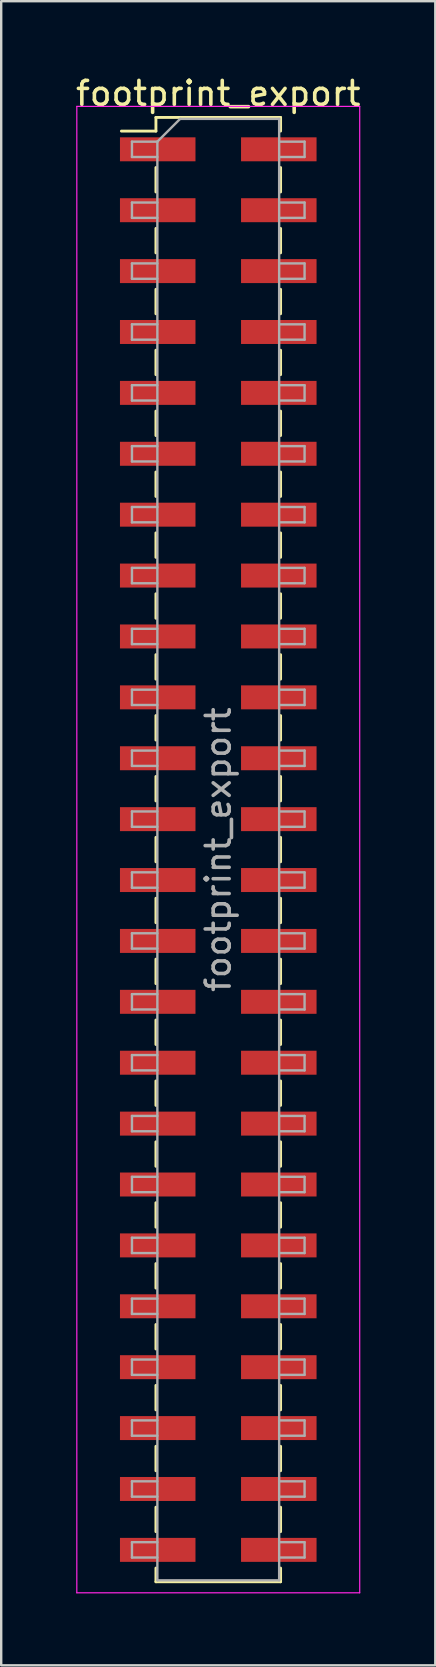
<source format=kicad_pcb>
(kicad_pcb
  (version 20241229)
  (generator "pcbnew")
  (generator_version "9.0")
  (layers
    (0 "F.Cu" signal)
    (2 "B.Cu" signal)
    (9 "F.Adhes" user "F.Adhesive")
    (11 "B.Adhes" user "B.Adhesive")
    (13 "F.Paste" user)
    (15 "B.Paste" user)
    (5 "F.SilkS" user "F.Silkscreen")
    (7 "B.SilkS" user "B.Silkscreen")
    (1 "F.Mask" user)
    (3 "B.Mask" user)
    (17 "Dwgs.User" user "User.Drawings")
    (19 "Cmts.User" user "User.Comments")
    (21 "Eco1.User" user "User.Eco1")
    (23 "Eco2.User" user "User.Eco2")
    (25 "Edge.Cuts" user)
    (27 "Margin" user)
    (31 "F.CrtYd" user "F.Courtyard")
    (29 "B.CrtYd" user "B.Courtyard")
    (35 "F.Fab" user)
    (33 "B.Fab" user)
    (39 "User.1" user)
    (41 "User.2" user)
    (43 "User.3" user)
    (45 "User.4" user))
  (footprint "footprint_export"
    (layer "F.Cu")
    (at 6.054 32.388)
    (property "Reference" "footprint_export" (at 0 -31.54 0) (layer "F.SilkS") (effects (font (size 1 1) (thickness 0.15))))
    (attr smd)
    (fp_line (start -4.04 -29.97) (end -2.6 -29.97) (stroke (width 0.12) (type solid)) (layer "F.SilkS"))
    (fp_line (start -2.6 -30.54) (end -2.6 -29.97) (stroke (width 0.12) (type solid)) (layer "F.SilkS"))
    (fp_line (start -2.6 -30.54) (end 2.6 -30.54) (stroke (width 0.12) (type solid)) (layer "F.SilkS"))
    (fp_line (start -2.6 -28.45) (end -2.6 -27.43) (stroke (width 0.12) (type solid)) (layer "F.SilkS"))
    (fp_line (start -2.6 -25.91) (end -2.6 -24.89) (stroke (width 0.12) (type solid)) (layer "F.SilkS"))
    (fp_line (start -2.6 -23.37) (end -2.6 -22.35) (stroke (width 0.12) (type solid)) (layer "F.SilkS"))
    (fp_line (start -2.6 -20.83) (end -2.6 -19.81) (stroke (width 0.12) (type solid)) (layer "F.SilkS"))
    (fp_line (start -2.6 -18.29) (end -2.6 -17.27) (stroke (width 0.12) (type solid)) (layer "F.SilkS"))
    (fp_line (start -2.6 -15.75) (end -2.6 -14.73) (stroke (width 0.12) (type solid)) (layer "F.SilkS"))
    (fp_line (start -2.6 -13.21) (end -2.6 -12.19) (stroke (width 0.12) (type solid)) (layer "F.SilkS"))
    (fp_line (start -2.6 -10.67) (end -2.6 -9.65) (stroke (width 0.12) (type solid)) (layer "F.SilkS"))
    (fp_line (start -2.6 -8.13) (end -2.6 -7.11) (stroke (width 0.12) (type solid)) (layer "F.SilkS"))
    (fp_line (start -2.6 -5.59) (end -2.6 -4.57) (stroke (width 0.12) (type solid)) (layer "F.SilkS"))
    (fp_line (start -2.6 -3.05) (end -2.6 -2.03) (stroke (width 0.12) (type solid)) (layer "F.SilkS"))
    (fp_line (start -2.6 -0.51) (end -2.6 0.51) (stroke (width 0.12) (type solid)) (layer "F.SilkS"))
    (fp_line (start -2.6 2.03) (end -2.6 3.05) (stroke (width 0.12) (type solid)) (layer "F.SilkS"))
    (fp_line (start -2.6 4.57) (end -2.6 5.59) (stroke (width 0.12) (type solid)) (layer "F.SilkS"))
    (fp_line (start -2.6 7.11) (end -2.6 8.13) (stroke (width 0.12) (type solid)) (layer "F.SilkS"))
    (fp_line (start -2.6 9.65) (end -2.6 10.67) (stroke (width 0.12) (type solid)) (layer "F.SilkS"))
    (fp_line (start -2.6 12.19) (end -2.6 13.21) (stroke (width 0.12) (type solid)) (layer "F.SilkS"))
    (fp_line (start -2.6 14.73) (end -2.6 15.75) (stroke (width 0.12) (type solid)) (layer "F.SilkS"))
    (fp_line (start -2.6 17.27) (end -2.6 18.29) (stroke (width 0.12) (type solid)) (layer "F.SilkS"))
    (fp_line (start -2.6 19.81) (end -2.6 20.83) (stroke (width 0.12) (type solid)) (layer "F.SilkS"))
    (fp_line (start -2.6 22.35) (end -2.6 23.37) (stroke (width 0.12) (type solid)) (layer "F.SilkS"))
    (fp_line (start -2.6 24.89) (end -2.6 25.91) (stroke (width 0.12) (type solid)) (layer "F.SilkS"))
    (fp_line (start -2.6 27.43) (end -2.6 28.45) (stroke (width 0.12) (type solid)) (layer "F.SilkS"))
    (fp_line (start -2.6 29.97) (end -2.6 30.54) (stroke (width 0.12) (type solid)) (layer "F.SilkS"))
    (fp_line (start -2.6 30.54) (end 2.6 30.54) (stroke (width 0.12) (type solid)) (layer "F.SilkS"))
    (fp_line (start 2.6 -30.54) (end 2.6 -29.97) (stroke (width 0.12) (type solid)) (layer "F.SilkS"))
    (fp_line (start 2.6 -28.45) (end 2.6 -27.43) (stroke (width 0.12) (type solid)) (layer "F.SilkS"))
    (fp_line (start 2.6 -25.91) (end 2.6 -24.89) (stroke (width 0.12) (type solid)) (layer "F.SilkS"))
    (fp_line (start 2.6 -23.37) (end 2.6 -22.35) (stroke (width 0.12) (type solid)) (layer "F.SilkS"))
    (fp_line (start 2.6 -20.83) (end 2.6 -19.81) (stroke (width 0.12) (type solid)) (layer "F.SilkS"))
    (fp_line (start 2.6 -18.29) (end 2.6 -17.27) (stroke (width 0.12) (type solid)) (layer "F.SilkS"))
    (fp_line (start 2.6 -15.75) (end 2.6 -14.73) (stroke (width 0.12) (type solid)) (layer "F.SilkS"))
    (fp_line (start 2.6 -13.21) (end 2.6 -12.19) (stroke (width 0.12) (type solid)) (layer "F.SilkS"))
    (fp_line (start 2.6 -10.67) (end 2.6 -9.65) (stroke (width 0.12) (type solid)) (layer "F.SilkS"))
    (fp_line (start 2.6 -8.13) (end 2.6 -7.11) (stroke (width 0.12) (type solid)) (layer "F.SilkS"))
    (fp_line (start 2.6 -5.59) (end 2.6 -4.57) (stroke (width 0.12) (type solid)) (layer "F.SilkS"))
    (fp_line (start 2.6 -3.05) (end 2.6 -2.03) (stroke (width 0.12) (type solid)) (layer "F.SilkS"))
    (fp_line (start 2.6 -0.51) (end 2.6 0.51) (stroke (width 0.12) (type solid)) (layer "F.SilkS"))
    (fp_line (start 2.6 2.03) (end 2.6 3.05) (stroke (width 0.12) (type solid)) (layer "F.SilkS"))
    (fp_line (start 2.6 4.57) (end 2.6 5.59) (stroke (width 0.12) (type solid)) (layer "F.SilkS"))
    (fp_line (start 2.6 7.11) (end 2.6 8.13) (stroke (width 0.12) (type solid)) (layer "F.SilkS"))
    (fp_line (start 2.6 9.65) (end 2.6 10.67) (stroke (width 0.12) (type solid)) (layer "F.SilkS"))
    (fp_line (start 2.6 12.19) (end 2.6 13.21) (stroke (width 0.12) (type solid)) (layer "F.SilkS"))
    (fp_line (start 2.6 14.73) (end 2.6 15.75) (stroke (width 0.12) (type solid)) (layer "F.SilkS"))
    (fp_line (start 2.6 17.27) (end 2.6 18.29) (stroke (width 0.12) (type solid)) (layer "F.SilkS"))
    (fp_line (start 2.6 19.81) (end 2.6 20.83) (stroke (width 0.12) (type solid)) (layer "F.SilkS"))
    (fp_line (start 2.6 22.35) (end 2.6 23.37) (stroke (width 0.12) (type solid)) (layer "F.SilkS"))
    (fp_line (start 2.6 24.89) (end 2.6 25.91) (stroke (width 0.12) (type solid)) (layer "F.SilkS"))
    (fp_line (start 2.6 27.43) (end 2.6 28.45) (stroke (width 0.12) (type solid)) (layer "F.SilkS"))
    (fp_line (start 2.6 29.97) (end 2.6 30.54) (stroke (width 0.12) (type solid)) (layer "F.SilkS"))
    (fp_line (start -5.9 -31) (end -5.9 31) (stroke (width 0.05) (type solid)) (layer "F.CrtYd"))
    (fp_line (start -5.9 31) (end 5.9 31) (stroke (width 0.05) (type solid)) (layer "F.CrtYd"))
    (fp_line (start 5.9 -31) (end -5.9 -31) (stroke (width 0.05) (type solid)) (layer "F.CrtYd"))
    (fp_line (start 5.9 31) (end 5.9 -31) (stroke (width 0.05) (type solid)) (layer "F.CrtYd"))
    (fp_line (start -3.6 -29.53) (end -3.6 -28.89) (stroke (width 0.1) (type solid)) (layer "F.Fab"))
    (fp_line (start -3.6 -28.89) (end -2.54 -28.89) (stroke (width 0.1) (type solid)) (layer "F.Fab"))
    (fp_line (start -3.6 -26.99) (end -3.6 -26.35) (stroke (width 0.1) (type solid)) (layer "F.Fab"))
    (fp_line (start -3.6 -26.35) (end -2.54 -26.35) (stroke (width 0.1) (type solid)) (layer "F.Fab"))
    (fp_line (start -3.6 -24.45) (end -3.6 -23.81) (stroke (width 0.1) (type solid)) (layer "F.Fab"))
    (fp_line (start -3.6 -23.81) (end -2.54 -23.81) (stroke (width 0.1) (type solid)) (layer "F.Fab"))
    (fp_line (start -3.6 -21.91) (end -3.6 -21.27) (stroke (width 0.1) (type solid)) (layer "F.Fab"))
    (fp_line (start -3.6 -21.27) (end -2.54 -21.27) (stroke (width 0.1) (type solid)) (layer "F.Fab"))
    (fp_line (start -3.6 -19.37) (end -3.6 -18.73) (stroke (width 0.1) (type solid)) (layer "F.Fab"))
    (fp_line (start -3.6 -18.73) (end -2.54 -18.73) (stroke (width 0.1) (type solid)) (layer "F.Fab"))
    (fp_line (start -3.6 -16.83) (end -3.6 -16.19) (stroke (width 0.1) (type solid)) (layer "F.Fab"))
    (fp_line (start -3.6 -16.19) (end -2.54 -16.19) (stroke (width 0.1) (type solid)) (layer "F.Fab"))
    (fp_line (start -3.6 -14.29) (end -3.6 -13.65) (stroke (width 0.1) (type solid)) (layer "F.Fab"))
    (fp_line (start -3.6 -13.65) (end -2.54 -13.65) (stroke (width 0.1) (type solid)) (layer "F.Fab"))
    (fp_line (start -3.6 -11.75) (end -3.6 -11.11) (stroke (width 0.1) (type solid)) (layer "F.Fab"))
    (fp_line (start -3.6 -11.11) (end -2.54 -11.11) (stroke (width 0.1) (type solid)) (layer "F.Fab"))
    (fp_line (start -3.6 -9.21) (end -3.6 -8.57) (stroke (width 0.1) (type solid)) (layer "F.Fab"))
    (fp_line (start -3.6 -8.57) (end -2.54 -8.57) (stroke (width 0.1) (type solid)) (layer "F.Fab"))
    (fp_line (start -3.6 -6.67) (end -3.6 -6.03) (stroke (width 0.1) (type solid)) (layer "F.Fab"))
    (fp_line (start -3.6 -6.03) (end -2.54 -6.03) (stroke (width 0.1) (type solid)) (layer "F.Fab"))
    (fp_line (start -3.6 -4.13) (end -3.6 -3.49) (stroke (width 0.1) (type solid)) (layer "F.Fab"))
    (fp_line (start -3.6 -3.49) (end -2.54 -3.49) (stroke (width 0.1) (type solid)) (layer "F.Fab"))
    (fp_line (start -3.6 -1.59) (end -3.6 -0.95) (stroke (width 0.1) (type solid)) (layer "F.Fab"))
    (fp_line (start -3.6 -0.95) (end -2.54 -0.95) (stroke (width 0.1) (type solid)) (layer "F.Fab"))
    (fp_line (start -3.6 0.95) (end -3.6 1.59) (stroke (width 0.1) (type solid)) (layer "F.Fab"))
    (fp_line (start -3.6 1.59) (end -2.54 1.59) (stroke (width 0.1) (type solid)) (layer "F.Fab"))
    (fp_line (start -3.6 3.49) (end -3.6 4.13) (stroke (width 0.1) (type solid)) (layer "F.Fab"))
    (fp_line (start -3.6 4.13) (end -2.54 4.13) (stroke (width 0.1) (type solid)) (layer "F.Fab"))
    (fp_line (start -3.6 6.03) (end -3.6 6.67) (stroke (width 0.1) (type solid)) (layer "F.Fab"))
    (fp_line (start -3.6 6.67) (end -2.54 6.67) (stroke (width 0.1) (type solid)) (layer "F.Fab"))
    (fp_line (start -3.6 8.57) (end -3.6 9.21) (stroke (width 0.1) (type solid)) (layer "F.Fab"))
    (fp_line (start -3.6 9.21) (end -2.54 9.21) (stroke (width 0.1) (type solid)) (layer "F.Fab"))
    (fp_line (start -3.6 11.11) (end -3.6 11.75) (stroke (width 0.1) (type solid)) (layer "F.Fab"))
    (fp_line (start -3.6 11.75) (end -2.54 11.75) (stroke (width 0.1) (type solid)) (layer "F.Fab"))
    (fp_line (start -3.6 13.65) (end -3.6 14.29) (stroke (width 0.1) (type solid)) (layer "F.Fab"))
    (fp_line (start -3.6 14.29) (end -2.54 14.29) (stroke (width 0.1) (type solid)) (layer "F.Fab"))
    (fp_line (start -3.6 16.19) (end -3.6 16.83) (stroke (width 0.1) (type solid)) (layer "F.Fab"))
    (fp_line (start -3.6 16.83) (end -2.54 16.83) (stroke (width 0.1) (type solid)) (layer "F.Fab"))
    (fp_line (start -3.6 18.73) (end -3.6 19.37) (stroke (width 0.1) (type solid)) (layer "F.Fab"))
    (fp_line (start -3.6 19.37) (end -2.54 19.37) (stroke (width 0.1) (type solid)) (layer "F.Fab"))
    (fp_line (start -3.6 21.27) (end -3.6 21.91) (stroke (width 0.1) (type solid)) (layer "F.Fab"))
    (fp_line (start -3.6 21.91) (end -2.54 21.91) (stroke (width 0.1) (type solid)) (layer "F.Fab"))
    (fp_line (start -3.6 23.81) (end -3.6 24.45) (stroke (width 0.1) (type solid)) (layer "F.Fab"))
    (fp_line (start -3.6 24.45) (end -2.54 24.45) (stroke (width 0.1) (type solid)) (layer "F.Fab"))
    (fp_line (start -3.6 26.35) (end -3.6 26.99) (stroke (width 0.1) (type solid)) (layer "F.Fab"))
    (fp_line (start -3.6 26.99) (end -2.54 26.99) (stroke (width 0.1) (type solid)) (layer "F.Fab"))
    (fp_line (start -3.6 28.89) (end -3.6 29.53) (stroke (width 0.1) (type solid)) (layer "F.Fab"))
    (fp_line (start -3.6 29.53) (end -2.54 29.53) (stroke (width 0.1) (type solid)) (layer "F.Fab"))
    (fp_line (start -2.54 -29.53) (end -3.6 -29.53) (stroke (width 0.1) (type solid)) (layer "F.Fab"))
    (fp_line (start -2.54 -29.53) (end -1.59 -30.48) (stroke (width 0.1) (type solid)) (layer "F.Fab"))
    (fp_line (start -2.54 -26.99) (end -3.6 -26.99) (stroke (width 0.1) (type solid)) (layer "F.Fab"))
    (fp_line (start -2.54 -24.45) (end -3.6 -24.45) (stroke (width 0.1) (type solid)) (layer "F.Fab"))
    (fp_line (start -2.54 -21.91) (end -3.6 -21.91) (stroke (width 0.1) (type solid)) (layer "F.Fab"))
    (fp_line (start -2.54 -19.37) (end -3.6 -19.37) (stroke (width 0.1) (type solid)) (layer "F.Fab"))
    (fp_line (start -2.54 -16.83) (end -3.6 -16.83) (stroke (width 0.1) (type solid)) (layer "F.Fab"))
    (fp_line (start -2.54 -14.29) (end -3.6 -14.29) (stroke (width 0.1) (type solid)) (layer "F.Fab"))
    (fp_line (start -2.54 -11.75) (end -3.6 -11.75) (stroke (width 0.1) (type solid)) (layer "F.Fab"))
    (fp_line (start -2.54 -9.21) (end -3.6 -9.21) (stroke (width 0.1) (type solid)) (layer "F.Fab"))
    (fp_line (start -2.54 -6.67) (end -3.6 -6.67) (stroke (width 0.1) (type solid)) (layer "F.Fab"))
    (fp_line (start -2.54 -4.13) (end -3.6 -4.13) (stroke (width 0.1) (type solid)) (layer "F.Fab"))
    (fp_line (start -2.54 -1.59) (end -3.6 -1.59) (stroke (width 0.1) (type solid)) (layer "F.Fab"))
    (fp_line (start -2.54 0.95) (end -3.6 0.95) (stroke (width 0.1) (type solid)) (layer "F.Fab"))
    (fp_line (start -2.54 3.49) (end -3.6 3.49) (stroke (width 0.1) (type solid)) (layer "F.Fab"))
    (fp_line (start -2.54 6.03) (end -3.6 6.03) (stroke (width 0.1) (type solid)) (layer "F.Fab"))
    (fp_line (start -2.54 8.57) (end -3.6 8.57) (stroke (width 0.1) (type solid)) (layer "F.Fab"))
    (fp_line (start -2.54 11.11) (end -3.6 11.11) (stroke (width 0.1) (type solid)) (layer "F.Fab"))
    (fp_line (start -2.54 13.65) (end -3.6 13.65) (stroke (width 0.1) (type solid)) (layer "F.Fab"))
    (fp_line (start -2.54 16.19) (end -3.6 16.19) (stroke (width 0.1) (type solid)) (layer "F.Fab"))
    (fp_line (start -2.54 18.73) (end -3.6 18.73) (stroke (width 0.1) (type solid)) (layer "F.Fab"))
    (fp_line (start -2.54 21.27) (end -3.6 21.27) (stroke (width 0.1) (type solid)) (layer "F.Fab"))
    (fp_line (start -2.54 23.81) (end -3.6 23.81) (stroke (width 0.1) (type solid)) (layer "F.Fab"))
    (fp_line (start -2.54 26.35) (end -3.6 26.35) (stroke (width 0.1) (type solid)) (layer "F.Fab"))
    (fp_line (start -2.54 28.89) (end -3.6 28.89) (stroke (width 0.1) (type solid)) (layer "F.Fab"))
    (fp_line (start -2.54 30.48) (end -2.54 -29.53) (stroke (width 0.1) (type solid)) (layer "F.Fab"))
    (fp_line (start -1.59 -30.48) (end 2.54 -30.48) (stroke (width 0.1) (type solid)) (layer "F.Fab"))
    (fp_line (start 2.54 -30.48) (end 2.54 30.48) (stroke (width 0.1) (type solid)) (layer "F.Fab"))
    (fp_line (start 2.54 -29.53) (end 3.6 -29.53) (stroke (width 0.1) (type solid)) (layer "F.Fab"))
    (fp_line (start 2.54 -26.99) (end 3.6 -26.99) (stroke (width 0.1) (type solid)) (layer "F.Fab"))
    (fp_line (start 2.54 -24.45) (end 3.6 -24.45) (stroke (width 0.1) (type solid)) (layer "F.Fab"))
    (fp_line (start 2.54 -21.91) (end 3.6 -21.91) (stroke (width 0.1) (type solid)) (layer "F.Fab"))
    (fp_line (start 2.54 -19.37) (end 3.6 -19.37) (stroke (width 0.1) (type solid)) (layer "F.Fab"))
    (fp_line (start 2.54 -16.83) (end 3.6 -16.83) (stroke (width 0.1) (type solid)) (layer "F.Fab"))
    (fp_line (start 2.54 -14.29) (end 3.6 -14.29) (stroke (width 0.1) (type solid)) (layer "F.Fab"))
    (fp_line (start 2.54 -11.75) (end 3.6 -11.75) (stroke (width 0.1) (type solid)) (layer "F.Fab"))
    (fp_line (start 2.54 -9.21) (end 3.6 -9.21) (stroke (width 0.1) (type solid)) (layer "F.Fab"))
    (fp_line (start 2.54 -6.67) (end 3.6 -6.67) (stroke (width 0.1) (type solid)) (layer "F.Fab"))
    (fp_line (start 2.54 -4.13) (end 3.6 -4.13) (stroke (width 0.1) (type solid)) (layer "F.Fab"))
    (fp_line (start 2.54 -1.59) (end 3.6 -1.59) (stroke (width 0.1) (type solid)) (layer "F.Fab"))
    (fp_line (start 2.54 0.95) (end 3.6 0.95) (stroke (width 0.1) (type solid)) (layer "F.Fab"))
    (fp_line (start 2.54 3.49) (end 3.6 3.49) (stroke (width 0.1) (type solid)) (layer "F.Fab"))
    (fp_line (start 2.54 6.03) (end 3.6 6.03) (stroke (width 0.1) (type solid)) (layer "F.Fab"))
    (fp_line (start 2.54 8.57) (end 3.6 8.57) (stroke (width 0.1) (type solid)) (layer "F.Fab"))
    (fp_line (start 2.54 11.11) (end 3.6 11.11) (stroke (width 0.1) (type solid)) (layer "F.Fab"))
    (fp_line (start 2.54 13.65) (end 3.6 13.65) (stroke (width 0.1) (type solid)) (layer "F.Fab"))
    (fp_line (start 2.54 16.19) (end 3.6 16.19) (stroke (width 0.1) (type solid)) (layer "F.Fab"))
    (fp_line (start 2.54 18.73) (end 3.6 18.73) (stroke (width 0.1) (type solid)) (layer "F.Fab"))
    (fp_line (start 2.54 21.27) (end 3.6 21.27) (stroke (width 0.1) (type solid)) (layer "F.Fab"))
    (fp_line (start 2.54 23.81) (end 3.6 23.81) (stroke (width 0.1) (type solid)) (layer "F.Fab"))
    (fp_line (start 2.54 26.35) (end 3.6 26.35) (stroke (width 0.1) (type solid)) (layer "F.Fab"))
    (fp_line (start 2.54 28.89) (end 3.6 28.89) (stroke (width 0.1) (type solid)) (layer "F.Fab"))
    (fp_line (start 2.54 30.48) (end -2.54 30.48) (stroke (width 0.1) (type solid)) (layer "F.Fab"))
    (fp_line (start 3.6 -29.53) (end 3.6 -28.89) (stroke (width 0.1) (type solid)) (layer "F.Fab"))
    (fp_line (start 3.6 -28.89) (end 2.54 -28.89) (stroke (width 0.1) (type solid)) (layer "F.Fab"))
    (fp_line (start 3.6 -26.99) (end 3.6 -26.35) (stroke (width 0.1) (type solid)) (layer "F.Fab"))
    (fp_line (start 3.6 -26.35) (end 2.54 -26.35) (stroke (width 0.1) (type solid)) (layer "F.Fab"))
    (fp_line (start 3.6 -24.45) (end 3.6 -23.81) (stroke (width 0.1) (type solid)) (layer "F.Fab"))
    (fp_line (start 3.6 -23.81) (end 2.54 -23.81) (stroke (width 0.1) (type solid)) (layer "F.Fab"))
    (fp_line (start 3.6 -21.91) (end 3.6 -21.27) (stroke (width 0.1) (type solid)) (layer "F.Fab"))
    (fp_line (start 3.6 -21.27) (end 2.54 -21.27) (stroke (width 0.1) (type solid)) (layer "F.Fab"))
    (fp_line (start 3.6 -19.37) (end 3.6 -18.73) (stroke (width 0.1) (type solid)) (layer "F.Fab"))
    (fp_line (start 3.6 -18.73) (end 2.54 -18.73) (stroke (width 0.1) (type solid)) (layer "F.Fab"))
    (fp_line (start 3.6 -16.83) (end 3.6 -16.19) (stroke (width 0.1) (type solid)) (layer "F.Fab"))
    (fp_line (start 3.6 -16.19) (end 2.54 -16.19) (stroke (width 0.1) (type solid)) (layer "F.Fab"))
    (fp_line (start 3.6 -14.29) (end 3.6 -13.65) (stroke (width 0.1) (type solid)) (layer "F.Fab"))
    (fp_line (start 3.6 -13.65) (end 2.54 -13.65) (stroke (width 0.1) (type solid)) (layer "F.Fab"))
    (fp_line (start 3.6 -11.75) (end 3.6 -11.11) (stroke (width 0.1) (type solid)) (layer "F.Fab"))
    (fp_line (start 3.6 -11.11) (end 2.54 -11.11) (stroke (width 0.1) (type solid)) (layer "F.Fab"))
    (fp_line (start 3.6 -9.21) (end 3.6 -8.57) (stroke (width 0.1) (type solid)) (layer "F.Fab"))
    (fp_line (start 3.6 -8.57) (end 2.54 -8.57) (stroke (width 0.1) (type solid)) (layer "F.Fab"))
    (fp_line (start 3.6 -6.67) (end 3.6 -6.03) (stroke (width 0.1) (type solid)) (layer "F.Fab"))
    (fp_line (start 3.6 -6.03) (end 2.54 -6.03) (stroke (width 0.1) (type solid)) (layer "F.Fab"))
    (fp_line (start 3.6 -4.13) (end 3.6 -3.49) (stroke (width 0.1) (type solid)) (layer "F.Fab"))
    (fp_line (start 3.6 -3.49) (end 2.54 -3.49) (stroke (width 0.1) (type solid)) (layer "F.Fab"))
    (fp_line (start 3.6 -1.59) (end 3.6 -0.95) (stroke (width 0.1) (type solid)) (layer "F.Fab"))
    (fp_line (start 3.6 -0.95) (end 2.54 -0.95) (stroke (width 0.1) (type solid)) (layer "F.Fab"))
    (fp_line (start 3.6 0.95) (end 3.6 1.59) (stroke (width 0.1) (type solid)) (layer "F.Fab"))
    (fp_line (start 3.6 1.59) (end 2.54 1.59) (stroke (width 0.1) (type solid)) (layer "F.Fab"))
    (fp_line (start 3.6 3.49) (end 3.6 4.13) (stroke (width 0.1) (type solid)) (layer "F.Fab"))
    (fp_line (start 3.6 4.13) (end 2.54 4.13) (stroke (width 0.1) (type solid)) (layer "F.Fab"))
    (fp_line (start 3.6 6.03) (end 3.6 6.67) (stroke (width 0.1) (type solid)) (layer "F.Fab"))
    (fp_line (start 3.6 6.67) (end 2.54 6.67) (stroke (width 0.1) (type solid)) (layer "F.Fab"))
    (fp_line (start 3.6 8.57) (end 3.6 9.21) (stroke (width 0.1) (type solid)) (layer "F.Fab"))
    (fp_line (start 3.6 9.21) (end 2.54 9.21) (stroke (width 0.1) (type solid)) (layer "F.Fab"))
    (fp_line (start 3.6 11.11) (end 3.6 11.75) (stroke (width 0.1) (type solid)) (layer "F.Fab"))
    (fp_line (start 3.6 11.75) (end 2.54 11.75) (stroke (width 0.1) (type solid)) (layer "F.Fab"))
    (fp_line (start 3.6 13.65) (end 3.6 14.29) (stroke (width 0.1) (type solid)) (layer "F.Fab"))
    (fp_line (start 3.6 14.29) (end 2.54 14.29) (stroke (width 0.1) (type solid)) (layer "F.Fab"))
    (fp_line (start 3.6 16.19) (end 3.6 16.83) (stroke (width 0.1) (type solid)) (layer "F.Fab"))
    (fp_line (start 3.6 16.83) (end 2.54 16.83) (stroke (width 0.1) (type solid)) (layer "F.Fab"))
    (fp_line (start 3.6 18.73) (end 3.6 19.37) (stroke (width 0.1) (type solid)) (layer "F.Fab"))
    (fp_line (start 3.6 19.37) (end 2.54 19.37) (stroke (width 0.1) (type solid)) (layer "F.Fab"))
    (fp_line (start 3.6 21.27) (end 3.6 21.91) (stroke (width 0.1) (type solid)) (layer "F.Fab"))
    (fp_line (start 3.6 21.91) (end 2.54 21.91) (stroke (width 0.1) (type solid)) (layer "F.Fab"))
    (fp_line (start 3.6 23.81) (end 3.6 24.45) (stroke (width 0.1) (type solid)) (layer "F.Fab"))
    (fp_line (start 3.6 24.45) (end 2.54 24.45) (stroke (width 0.1) (type solid)) (layer "F.Fab"))
    (fp_line (start 3.6 26.35) (end 3.6 26.99) (stroke (width 0.1) (type solid)) (layer "F.Fab"))
    (fp_line (start 3.6 26.99) (end 2.54 26.99) (stroke (width 0.1) (type solid)) (layer "F.Fab"))
    (fp_line (start 3.6 28.89) (end 3.6 29.53) (stroke (width 0.1) (type solid)) (layer "F.Fab"))
    (fp_line (start 3.6 29.53) (end 2.54 29.53) (stroke (width 0.1) (type solid)) (layer "F.Fab"))
    (fp_text user "${REFERENCE}" (at 0 0 90) (layer "F.Fab") (effects (font (size 1 1) (thickness 0.15))))
    (pad "1" smd rect (at -2.525 -29.21) (size 3.15 1) (layers "F.Cu" "F.Mask" "F.Paste"))
    (pad "2" smd rect (at 2.525 -29.21) (size 3.15 1) (layers "F.Cu" "F.Mask" "F.Paste"))
    (pad "3" smd rect (at -2.525 -26.67) (size 3.15 1) (layers "F.Cu" "F.Mask" "F.Paste"))
    (pad "4" smd rect (at 2.525 -26.67) (size 3.15 1) (layers "F.Cu" "F.Mask" "F.Paste"))
    (pad "5" smd rect (at -2.525 -24.13) (size 3.15 1) (layers "F.Cu" "F.Mask" "F.Paste"))
    (pad "6" smd rect (at 2.525 -24.13) (size 3.15 1) (layers "F.Cu" "F.Mask" "F.Paste"))
    (pad "7" smd rect (at -2.525 -21.59) (size 3.15 1) (layers "F.Cu" "F.Mask" "F.Paste"))
    (pad "8" smd rect (at 2.525 -21.59) (size 3.15 1) (layers "F.Cu" "F.Mask" "F.Paste"))
    (pad "9" smd rect (at -2.525 -19.05) (size 3.15 1) (layers "F.Cu" "F.Mask" "F.Paste"))
    (pad "10" smd rect (at 2.525 -19.05) (size 3.15 1) (layers "F.Cu" "F.Mask" "F.Paste"))
    (pad "11" smd rect (at -2.525 -16.51) (size 3.15 1) (layers "F.Cu" "F.Mask" "F.Paste"))
    (pad "12" smd rect (at 2.525 -16.51) (size 3.15 1) (layers "F.Cu" "F.Mask" "F.Paste"))
    (pad "13" smd rect (at -2.525 -13.97) (size 3.15 1) (layers "F.Cu" "F.Mask" "F.Paste"))
    (pad "14" smd rect (at 2.525 -13.97) (size 3.15 1) (layers "F.Cu" "F.Mask" "F.Paste"))
    (pad "15" smd rect (at -2.525 -11.43) (size 3.15 1) (layers "F.Cu" "F.Mask" "F.Paste"))
    (pad "16" smd rect (at 2.525 -11.43) (size 3.15 1) (layers "F.Cu" "F.Mask" "F.Paste"))
    (pad "17" smd rect (at -2.525 -8.89) (size 3.15 1) (layers "F.Cu" "F.Mask" "F.Paste"))
    (pad "18" smd rect (at 2.525 -8.89) (size 3.15 1) (layers "F.Cu" "F.Mask" "F.Paste"))
    (pad "19" smd rect (at -2.525 -6.35) (size 3.15 1) (layers "F.Cu" "F.Mask" "F.Paste"))
    (pad "20" smd rect (at 2.525 -6.35) (size 3.15 1) (layers "F.Cu" "F.Mask" "F.Paste"))
    (pad "21" smd rect (at -2.525 -3.81) (size 3.15 1) (layers "F.Cu" "F.Mask" "F.Paste"))
    (pad "22" smd rect (at 2.525 -3.81) (size 3.15 1) (layers "F.Cu" "F.Mask" "F.Paste"))
    (pad "23" smd rect (at -2.525 -1.27) (size 3.15 1) (layers "F.Cu" "F.Mask" "F.Paste"))
    (pad "24" smd rect (at 2.525 -1.27) (size 3.15 1) (layers "F.Cu" "F.Mask" "F.Paste"))
    (pad "25" smd rect (at -2.525 1.27) (size 3.15 1) (layers "F.Cu" "F.Mask" "F.Paste"))
    (pad "26" smd rect (at 2.525 1.27) (size 3.15 1) (layers "F.Cu" "F.Mask" "F.Paste"))
    (pad "27" smd rect (at -2.525 3.81) (size 3.15 1) (layers "F.Cu" "F.Mask" "F.Paste"))
    (pad "28" smd rect (at 2.525 3.81) (size 3.15 1) (layers "F.Cu" "F.Mask" "F.Paste"))
    (pad "29" smd rect (at -2.525 6.35) (size 3.15 1) (layers "F.Cu" "F.Mask" "F.Paste"))
    (pad "30" smd rect (at 2.525 6.35) (size 3.15 1) (layers "F.Cu" "F.Mask" "F.Paste"))
    (pad "31" smd rect (at -2.525 8.89) (size 3.15 1) (layers "F.Cu" "F.Mask" "F.Paste"))
    (pad "32" smd rect (at 2.525 8.89) (size 3.15 1) (layers "F.Cu" "F.Mask" "F.Paste"))
    (pad "33" smd rect (at -2.525 11.43) (size 3.15 1) (layers "F.Cu" "F.Mask" "F.Paste"))
    (pad "34" smd rect (at 2.525 11.43) (size 3.15 1) (layers "F.Cu" "F.Mask" "F.Paste"))
    (pad "35" smd rect (at -2.525 13.97) (size 3.15 1) (layers "F.Cu" "F.Mask" "F.Paste"))
    (pad "36" smd rect (at 2.525 13.97) (size 3.15 1) (layers "F.Cu" "F.Mask" "F.Paste"))
    (pad "37" smd rect (at -2.525 16.51) (size 3.15 1) (layers "F.Cu" "F.Mask" "F.Paste"))
    (pad "38" smd rect (at 2.525 16.51) (size 3.15 1) (layers "F.Cu" "F.Mask" "F.Paste"))
    (pad "39" smd rect (at -2.525 19.05) (size 3.15 1) (layers "F.Cu" "F.Mask" "F.Paste"))
    (pad "40" smd rect (at 2.525 19.05) (size 3.15 1) (layers "F.Cu" "F.Mask" "F.Paste"))
    (pad "41" smd rect (at -2.525 21.59) (size 3.15 1) (layers "F.Cu" "F.Mask" "F.Paste"))
    (pad "42" smd rect (at 2.525 21.59) (size 3.15 1) (layers "F.Cu" "F.Mask" "F.Paste"))
    (pad "43" smd rect (at -2.525 24.13) (size 3.15 1) (layers "F.Cu" "F.Mask" "F.Paste"))
    (pad "44" smd rect (at 2.525 24.13) (size 3.15 1) (layers "F.Cu" "F.Mask" "F.Paste"))
    (pad "45" smd rect (at -2.525 26.67) (size 3.15 1) (layers "F.Cu" "F.Mask" "F.Paste"))
    (pad "46" smd rect (at 2.525 26.67) (size 3.15 1) (layers "F.Cu" "F.Mask" "F.Paste"))
    (pad "47" smd rect (at -2.525 29.21) (size 3.15 1) (layers "F.Cu" "F.Mask" "F.Paste"))
    (pad "48" smd rect (at 2.525 29.21) (size 3.15 1) (layers "F.Cu" "F.Mask" "F.Paste")))
  (gr_rect
    (start -3 -3)
    (end 15.107 66.413)
    (stroke (width 0.1) (type default))
    (fill no)
    (layer "Edge.Cuts")))
</source>
